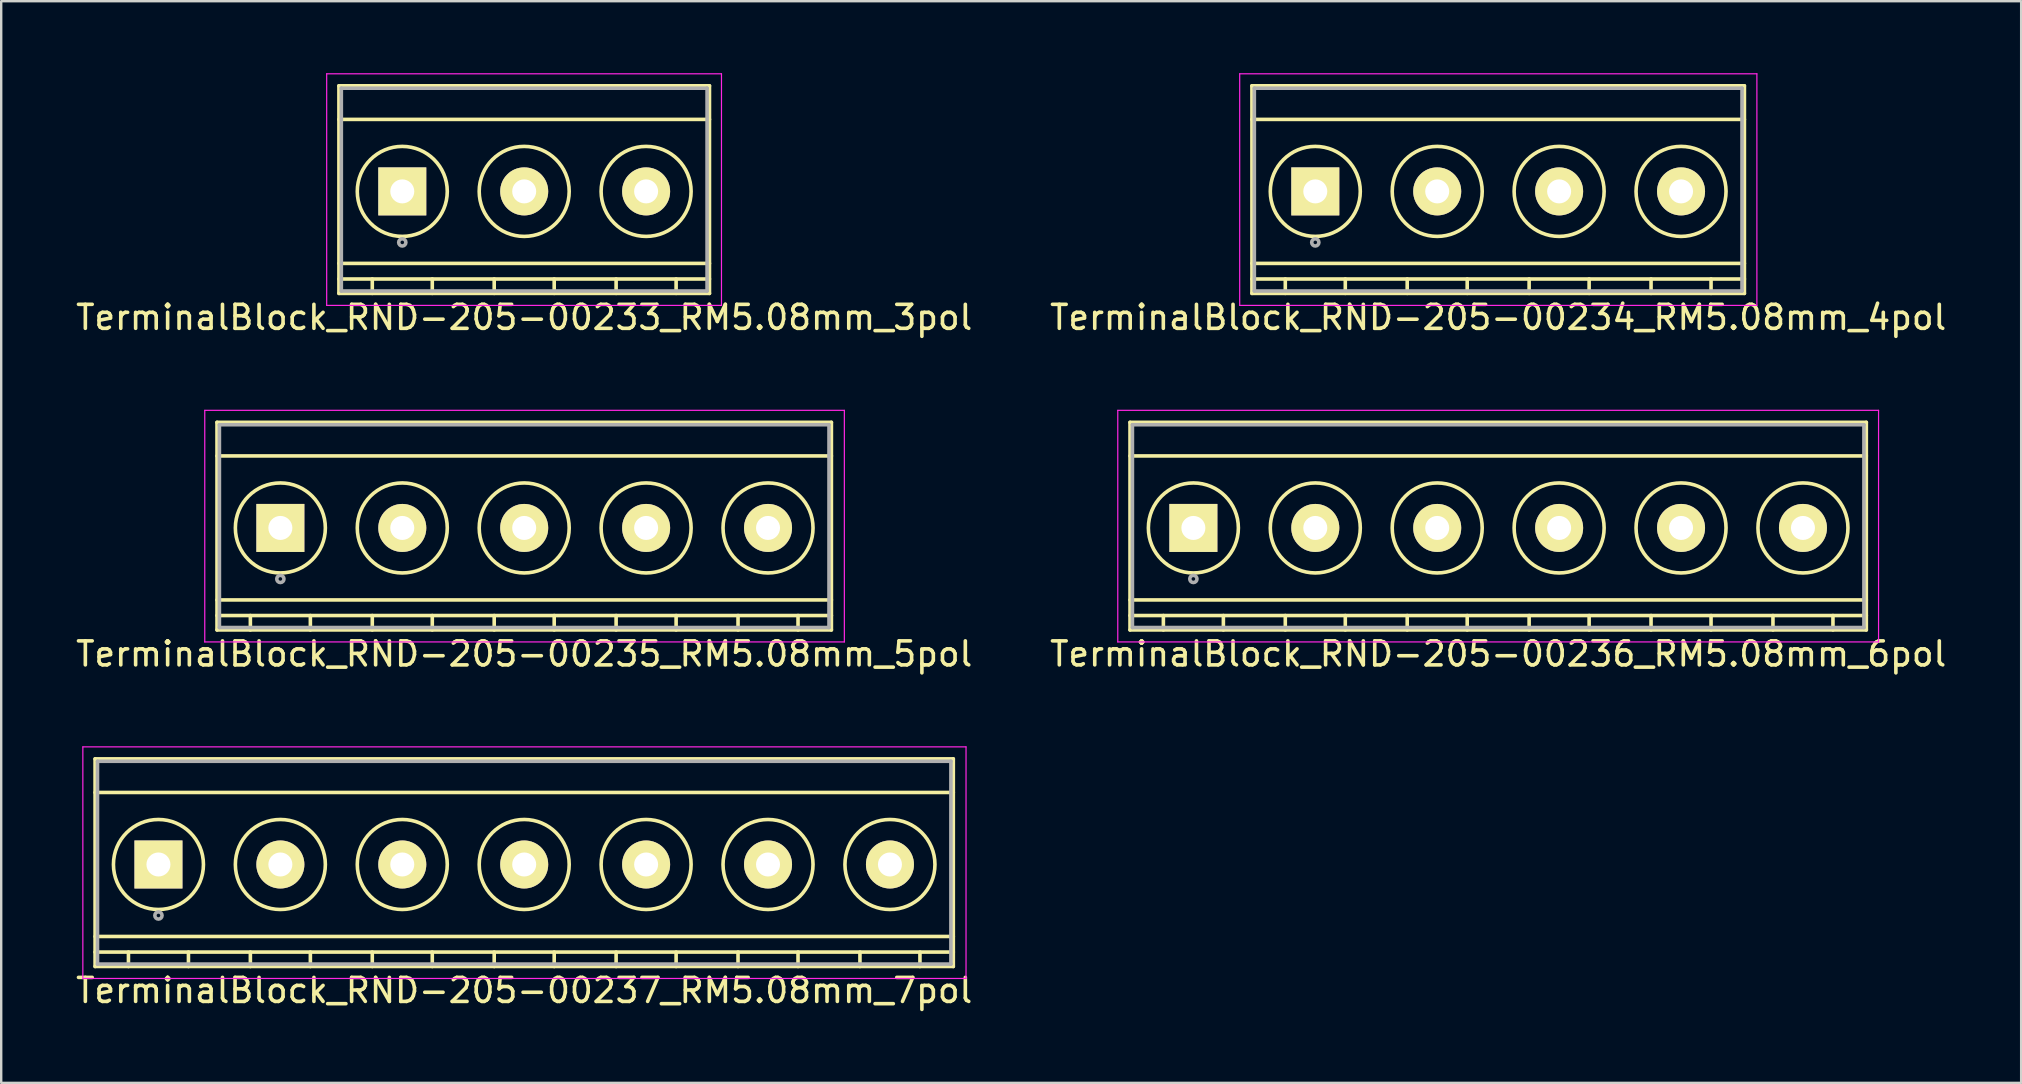
<source format=kicad_pcb>
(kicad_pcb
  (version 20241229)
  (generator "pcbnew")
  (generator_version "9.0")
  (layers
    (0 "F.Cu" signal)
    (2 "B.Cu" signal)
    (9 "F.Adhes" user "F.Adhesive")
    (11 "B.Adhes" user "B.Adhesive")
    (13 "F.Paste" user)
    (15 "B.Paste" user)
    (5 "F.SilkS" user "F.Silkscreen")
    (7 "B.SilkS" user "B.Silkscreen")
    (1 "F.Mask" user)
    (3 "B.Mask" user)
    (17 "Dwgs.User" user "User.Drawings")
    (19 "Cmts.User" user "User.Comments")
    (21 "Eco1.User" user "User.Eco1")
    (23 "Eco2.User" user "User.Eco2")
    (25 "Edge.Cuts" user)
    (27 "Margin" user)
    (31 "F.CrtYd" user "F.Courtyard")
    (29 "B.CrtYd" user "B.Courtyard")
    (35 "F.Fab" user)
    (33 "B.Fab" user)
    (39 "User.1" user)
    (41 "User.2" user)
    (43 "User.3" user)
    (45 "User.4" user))
  (footprint "TerminalBlock_RND-205-00234_RM5.08mm_4pol"
    (layer "F.Cu")
    (at 51.755 4.925)
    (property "Reference" "TerminalBlock_RND-205-00234_RM5.08mm_4pol" (at 7.62 5.25 0) (layer "F.SilkS") (effects (font (size 1 1) (thickness 0.15))))
    (attr through_hole)
    (fp_line (start -2.64 -4.4) (end 17.88 -4.4) (stroke (width 0.15) (type solid)) (layer "F.SilkS"))
    (fp_line (start -2.64 -3) (end 17.88 -3) (stroke (width 0.15) (type solid)) (layer "F.SilkS"))
    (fp_line (start -2.64 3) (end 17.88 3) (stroke (width 0.15) (type solid)) (layer "F.SilkS"))
    (fp_line (start -2.64 3.65) (end 17.88 3.65) (stroke (width 0.15) (type solid)) (layer "F.SilkS"))
    (fp_line (start -2.64 4.25) (end -2.64 -4.4) (stroke (width 0.15) (type solid)) (layer "F.SilkS"))
    (fp_line (start -1.25 3.65) (end -1.25 4.25) (stroke (width 0.15) (type solid)) (layer "F.SilkS"))
    (fp_line (start 1.25 3.65) (end 1.25 4.25) (stroke (width 0.15) (type solid)) (layer "F.SilkS"))
    (fp_line (start 3.83 3.65) (end 3.83 4.25) (stroke (width 0.15) (type solid)) (layer "F.SilkS"))
    (fp_line (start 6.33 3.65) (end 6.33 4.25) (stroke (width 0.15) (type solid)) (layer "F.SilkS"))
    (fp_line (start 8.91 3.65) (end 8.91 4.25) (stroke (width 0.15) (type solid)) (layer "F.SilkS"))
    (fp_line (start 11.41 3.65) (end 11.41 4.25) (stroke (width 0.15) (type solid)) (layer "F.SilkS"))
    (fp_line (start 13.99 3.65) (end 13.99 4.25) (stroke (width 0.15) (type solid)) (layer "F.SilkS"))
    (fp_line (start 16.49 3.65) (end 16.49 4.25) (stroke (width 0.15) (type solid)) (layer "F.SilkS"))
    (fp_line (start 17.88 -4.4) (end 17.88 4.25) (stroke (width 0.15) (type solid)) (layer "F.SilkS"))
    (fp_line (start 17.88 4.25) (end -2.64 4.25) (stroke (width 0.15) (type solid)) (layer "F.SilkS"))
    (fp_circle (center 0 0) (end -1.875 0) (stroke (width 0.15) (type solid)) (fill no) (layer "F.SilkS"))
    (fp_circle (center 5.08 0) (end 3.205 0) (stroke (width 0.15) (type solid)) (fill no) (layer "F.SilkS"))
    (fp_circle (center 10.16 0) (end 8.285 0) (stroke (width 0.15) (type solid)) (fill no) (layer "F.SilkS"))
    (fp_circle (center 15.24 0) (end 13.365 0) (stroke (width 0.15) (type solid)) (fill no) (layer "F.SilkS"))
    (fp_line (start -3.15 -4.9) (end 18.4 -4.9) (stroke (width 0.05) (type solid)) (layer "F.CrtYd"))
    (fp_line (start -3.15 4.75) (end -3.15 -4.9) (stroke (width 0.05) (type solid)) (layer "F.CrtYd"))
    (fp_line (start 18.4 -4.9) (end 18.4 4.75) (stroke (width 0.05) (type solid)) (layer "F.CrtYd"))
    (fp_line (start 18.4 4.75) (end -3.15 4.75) (stroke (width 0.05) (type solid)) (layer "F.CrtYd"))
    (fp_line (start -2.54 -4.3) (end 17.78 -4.3) (stroke (width 0.15) (type solid)) (layer "F.Fab"))
    (fp_line (start -2.54 4.15) (end -2.54 -4.3) (stroke (width 0.15) (type solid)) (layer "F.Fab"))
    (fp_line (start 17.78 -4.3) (end 17.78 4.15) (stroke (width 0.15) (type solid)) (layer "F.Fab"))
    (fp_line (start 17.78 4.15) (end -2.54 4.15) (stroke (width 0.15) (type solid)) (layer "F.Fab"))
    (fp_circle (center 0 2.125) (end -0.15 2.125) (stroke (width 0.15) (type solid)) (fill no) (layer "F.Fab"))
    (pad "1" thru_hole rect (at 0 0) (size 2 2) (drill 1) (layers "*.Cu" "*.Mask" "F.SilkS"))
    (pad "2" thru_hole circle (at 5.08 0) (size 2 2) (drill 1) (layers "*.Cu" "*.Mask" "F.SilkS"))
    (pad "3" thru_hole circle (at 10.16 0) (size 2 2) (drill 1) (layers "*.Cu" "*.Mask" "F.SilkS"))
    (pad "4" thru_hole circle (at 15.24 0) (size 2 2) (drill 1) (layers "*.Cu" "*.Mask" "F.SilkS")))
  (footprint "TerminalBlock_RND-205-00233_RM5.08mm_3pol"
    (layer "F.Cu")
    (at 13.712 4.925)
    (property "Reference" "TerminalBlock_RND-205-00233_RM5.08mm_3pol" (at 5.08 5.25 0) (layer "F.SilkS") (effects (font (size 1 1) (thickness 0.15))))
    (attr through_hole)
    (fp_line (start -2.64 -4.4) (end 12.8 -4.4) (stroke (width 0.15) (type solid)) (layer "F.SilkS"))
    (fp_line (start -2.64 -3) (end 12.8 -3) (stroke (width 0.15) (type solid)) (layer "F.SilkS"))
    (fp_line (start -2.64 3) (end 12.8 3) (stroke (width 0.15) (type solid)) (layer "F.SilkS"))
    (fp_line (start -2.64 3.65) (end 12.8 3.65) (stroke (width 0.15) (type solid)) (layer "F.SilkS"))
    (fp_line (start -2.64 4.25) (end -2.64 -4.4) (stroke (width 0.15) (type solid)) (layer "F.SilkS"))
    (fp_line (start -1.25 3.65) (end -1.25 4.25) (stroke (width 0.15) (type solid)) (layer "F.SilkS"))
    (fp_line (start 1.25 3.65) (end 1.25 4.25) (stroke (width 0.15) (type solid)) (layer "F.SilkS"))
    (fp_line (start 3.83 3.65) (end 3.83 4.25) (stroke (width 0.15) (type solid)) (layer "F.SilkS"))
    (fp_line (start 6.33 3.65) (end 6.33 4.25) (stroke (width 0.15) (type solid)) (layer "F.SilkS"))
    (fp_line (start 8.91 3.65) (end 8.91 4.25) (stroke (width 0.15) (type solid)) (layer "F.SilkS"))
    (fp_line (start 11.41 3.65) (end 11.41 4.25) (stroke (width 0.15) (type solid)) (layer "F.SilkS"))
    (fp_line (start 12.8 -4.4) (end 12.8 4.25) (stroke (width 0.15) (type solid)) (layer "F.SilkS"))
    (fp_line (start 12.8 4.25) (end -2.64 4.25) (stroke (width 0.15) (type solid)) (layer "F.SilkS"))
    (fp_circle (center 0 0) (end -1.875 0) (stroke (width 0.15) (type solid)) (fill no) (layer "F.SilkS"))
    (fp_circle (center 5.08 0) (end 3.205 0) (stroke (width 0.15) (type solid)) (fill no) (layer "F.SilkS"))
    (fp_circle (center 10.16 0) (end 8.285 0) (stroke (width 0.15) (type solid)) (fill no) (layer "F.SilkS"))
    (fp_line (start -3.15 -4.9) (end 13.3 -4.9) (stroke (width 0.05) (type solid)) (layer "F.CrtYd"))
    (fp_line (start -3.15 4.75) (end -3.15 -4.9) (stroke (width 0.05) (type solid)) (layer "F.CrtYd"))
    (fp_line (start 13.3 -4.9) (end 13.3 4.75) (stroke (width 0.05) (type solid)) (layer "F.CrtYd"))
    (fp_line (start 13.3 4.75) (end -3.15 4.75) (stroke (width 0.05) (type solid)) (layer "F.CrtYd"))
    (fp_line (start -2.54 -4.3) (end 12.7 -4.3) (stroke (width 0.15) (type solid)) (layer "F.Fab"))
    (fp_line (start -2.54 4.15) (end -2.54 -4.3) (stroke (width 0.15) (type solid)) (layer "F.Fab"))
    (fp_line (start 12.7 -4.3) (end 12.7 4.15) (stroke (width 0.15) (type solid)) (layer "F.Fab"))
    (fp_line (start 12.7 4.15) (end -2.54 4.15) (stroke (width 0.15) (type solid)) (layer "F.Fab"))
    (fp_circle (center 0 2.125) (end -0.15 2.125) (stroke (width 0.15) (type solid)) (fill no) (layer "F.Fab"))
    (pad "1" thru_hole rect (at 0 0) (size 2 2) (drill 1) (layers "*.Cu" "*.Mask" "F.SilkS"))
    (pad "2" thru_hole circle (at 5.08 0) (size 2 2) (drill 1) (layers "*.Cu" "*.Mask" "F.SilkS"))
    (pad "3" thru_hole circle (at 10.16 0) (size 2 2) (drill 1) (layers "*.Cu" "*.Mask" "F.SilkS")))
  (footprint "TerminalBlock_RND-205-00237_RM5.08mm_7pol"
    (layer "F.Cu")
    (at 3.552 32.971)
    (property "Reference" "TerminalBlock_RND-205-00237_RM5.08mm_7pol" (at 15.24 5.25 0) (layer "F.SilkS") (effects (font (size 1 1) (thickness 0.15))))
    (attr through_hole)
    (fp_line (start -2.64 -4.4) (end 33.12 -4.4) (stroke (width 0.15) (type solid)) (layer "F.SilkS"))
    (fp_line (start -2.64 -3) (end 33.12 -3) (stroke (width 0.15) (type solid)) (layer "F.SilkS"))
    (fp_line (start -2.64 3) (end 33.12 3) (stroke (width 0.15) (type solid)) (layer "F.SilkS"))
    (fp_line (start -2.64 3.65) (end 33.12 3.65) (stroke (width 0.15) (type solid)) (layer "F.SilkS"))
    (fp_line (start -2.64 4.25) (end -2.64 -4.4) (stroke (width 0.15) (type solid)) (layer "F.SilkS"))
    (fp_line (start -1.25 3.65) (end -1.25 4.25) (stroke (width 0.15) (type solid)) (layer "F.SilkS"))
    (fp_line (start 1.25 3.65) (end 1.25 4.25) (stroke (width 0.15) (type solid)) (layer "F.SilkS"))
    (fp_line (start 3.83 3.65) (end 3.83 4.25) (stroke (width 0.15) (type solid)) (layer "F.SilkS"))
    (fp_line (start 6.33 3.65) (end 6.33 4.25) (stroke (width 0.15) (type solid)) (layer "F.SilkS"))
    (fp_line (start 8.91 3.65) (end 8.91 4.25) (stroke (width 0.15) (type solid)) (layer "F.SilkS"))
    (fp_line (start 11.41 3.65) (end 11.41 4.25) (stroke (width 0.15) (type solid)) (layer "F.SilkS"))
    (fp_line (start 13.99 3.65) (end 13.99 4.25) (stroke (width 0.15) (type solid)) (layer "F.SilkS"))
    (fp_line (start 16.49 3.65) (end 16.49 4.25) (stroke (width 0.15) (type solid)) (layer "F.SilkS"))
    (fp_line (start 19.07 3.65) (end 19.07 4.25) (stroke (width 0.15) (type solid)) (layer "F.SilkS"))
    (fp_line (start 21.57 3.65) (end 21.57 4.25) (stroke (width 0.15) (type solid)) (layer "F.SilkS"))
    (fp_line (start 24.15 3.65) (end 24.15 4.25) (stroke (width 0.15) (type solid)) (layer "F.SilkS"))
    (fp_line (start 26.65 3.65) (end 26.65 4.25) (stroke (width 0.15) (type solid)) (layer "F.SilkS"))
    (fp_line (start 29.23 3.65) (end 29.23 4.25) (stroke (width 0.15) (type solid)) (layer "F.SilkS"))
    (fp_line (start 31.73 3.65) (end 31.73 4.25) (stroke (width 0.15) (type solid)) (layer "F.SilkS"))
    (fp_line (start 33.12 -4.4) (end 33.12 4.25) (stroke (width 0.15) (type solid)) (layer "F.SilkS"))
    (fp_line (start 33.12 4.25) (end -2.64 4.25) (stroke (width 0.15) (type solid)) (layer "F.SilkS"))
    (fp_circle (center 0 0) (end -1.875 0) (stroke (width 0.15) (type solid)) (fill no) (layer "F.SilkS"))
    (fp_circle (center 5.08 0) (end 3.205 0) (stroke (width 0.15) (type solid)) (fill no) (layer "F.SilkS"))
    (fp_circle (center 10.16 0) (end 8.285 0) (stroke (width 0.15) (type solid)) (fill no) (layer "F.SilkS"))
    (fp_circle (center 15.24 0) (end 13.365 0) (stroke (width 0.15) (type solid)) (fill no) (layer "F.SilkS"))
    (fp_circle (center 20.32 0) (end 18.445 0) (stroke (width 0.15) (type solid)) (fill no) (layer "F.SilkS"))
    (fp_circle (center 25.4 0) (end 23.525 0) (stroke (width 0.15) (type solid)) (fill no) (layer "F.SilkS"))
    (fp_circle (center 30.48 0) (end 28.605 0) (stroke (width 0.15) (type solid)) (fill no) (layer "F.SilkS"))
    (fp_line (start -3.15 -4.9) (end 33.65 -4.9) (stroke (width 0.05) (type solid)) (layer "F.CrtYd"))
    (fp_line (start -3.15 4.75) (end -3.15 -4.9) (stroke (width 0.05) (type solid)) (layer "F.CrtYd"))
    (fp_line (start 33.65 -4.9) (end 33.65 4.75) (stroke (width 0.05) (type solid)) (layer "F.CrtYd"))
    (fp_line (start 33.65 4.75) (end -3.15 4.75) (stroke (width 0.05) (type solid)) (layer "F.CrtYd"))
    (fp_line (start -2.54 -4.3) (end 33.02 -4.3) (stroke (width 0.15) (type solid)) (layer "F.Fab"))
    (fp_line (start -2.54 4.15) (end -2.54 -4.3) (stroke (width 0.15) (type solid)) (layer "F.Fab"))
    (fp_line (start 33.02 -4.3) (end 33.02 4.15) (stroke (width 0.15) (type solid)) (layer "F.Fab"))
    (fp_line (start 33.02 4.15) (end -2.54 4.15) (stroke (width 0.15) (type solid)) (layer "F.Fab"))
    (fp_circle (center 0 2.125) (end -0.15 2.125) (stroke (width 0.15) (type solid)) (fill no) (layer "F.Fab"))
    (pad "1" thru_hole rect (at 0 0) (size 2 2) (drill 1) (layers "*.Cu" "*.Mask" "F.SilkS"))
    (pad "2" thru_hole circle (at 5.08 0) (size 2 2) (drill 1) (layers "*.Cu" "*.Mask" "F.SilkS"))
    (pad "3" thru_hole circle (at 10.16 0) (size 2 2) (drill 1) (layers "*.Cu" "*.Mask" "F.SilkS"))
    (pad "4" thru_hole circle (at 15.24 0) (size 2 2) (drill 1) (layers "*.Cu" "*.Mask" "F.SilkS"))
    (pad "5" thru_hole circle (at 20.32 0) (size 2 2) (drill 1) (layers "*.Cu" "*.Mask" "F.SilkS"))
    (pad "6" thru_hole circle (at 25.4 0) (size 2 2) (drill 1) (layers "*.Cu" "*.Mask" "F.SilkS"))
    (pad "7" thru_hole circle (at 30.48 0) (size 2 2) (drill 1) (layers "*.Cu" "*.Mask" "F.SilkS")))
  (footprint "TerminalBlock_RND-205-00235_RM5.08mm_5pol"
    (layer "F.Cu")
    (at 8.632 18.948)
    (property "Reference" "TerminalBlock_RND-205-00235_RM5.08mm_5pol" (at 10.16 5.25 0) (layer "F.SilkS") (effects (font (size 1 1) (thickness 0.15))))
    (attr through_hole)
    (fp_line (start -2.64 -4.4) (end 22.96 -4.4) (stroke (width 0.15) (type solid)) (layer "F.SilkS"))
    (fp_line (start -2.64 -3) (end 22.96 -3) (stroke (width 0.15) (type solid)) (layer "F.SilkS"))
    (fp_line (start -2.64 3) (end 22.96 3) (stroke (width 0.15) (type solid)) (layer "F.SilkS"))
    (fp_line (start -2.64 3.65) (end 22.96 3.65) (stroke (width 0.15) (type solid)) (layer "F.SilkS"))
    (fp_line (start -2.64 4.25) (end -2.64 -4.4) (stroke (width 0.15) (type solid)) (layer "F.SilkS"))
    (fp_line (start -1.25 3.65) (end -1.25 4.25) (stroke (width 0.15) (type solid)) (layer "F.SilkS"))
    (fp_line (start 1.25 3.65) (end 1.25 4.25) (stroke (width 0.15) (type solid)) (layer "F.SilkS"))
    (fp_line (start 3.83 3.65) (end 3.83 4.25) (stroke (width 0.15) (type solid)) (layer "F.SilkS"))
    (fp_line (start 6.33 3.65) (end 6.33 4.25) (stroke (width 0.15) (type solid)) (layer "F.SilkS"))
    (fp_line (start 8.91 3.65) (end 8.91 4.25) (stroke (width 0.15) (type solid)) (layer "F.SilkS"))
    (fp_line (start 11.41 3.65) (end 11.41 4.25) (stroke (width 0.15) (type solid)) (layer "F.SilkS"))
    (fp_line (start 13.99 3.65) (end 13.99 4.25) (stroke (width 0.15) (type solid)) (layer "F.SilkS"))
    (fp_line (start 16.49 3.65) (end 16.49 4.25) (stroke (width 0.15) (type solid)) (layer "F.SilkS"))
    (fp_line (start 19.07 3.65) (end 19.07 4.25) (stroke (width 0.15) (type solid)) (layer "F.SilkS"))
    (fp_line (start 21.57 3.65) (end 21.57 4.25) (stroke (width 0.15) (type solid)) (layer "F.SilkS"))
    (fp_line (start 22.96 -4.4) (end 22.96 4.25) (stroke (width 0.15) (type solid)) (layer "F.SilkS"))
    (fp_line (start 22.96 4.25) (end -2.64 4.25) (stroke (width 0.15) (type solid)) (layer "F.SilkS"))
    (fp_circle (center 0 0) (end -1.875 0) (stroke (width 0.15) (type solid)) (fill no) (layer "F.SilkS"))
    (fp_circle (center 5.08 0) (end 3.205 0) (stroke (width 0.15) (type solid)) (fill no) (layer "F.SilkS"))
    (fp_circle (center 10.16 0) (end 8.285 0) (stroke (width 0.15) (type solid)) (fill no) (layer "F.SilkS"))
    (fp_circle (center 15.24 0) (end 13.365 0) (stroke (width 0.15) (type solid)) (fill no) (layer "F.SilkS"))
    (fp_circle (center 20.32 0) (end 18.445 0) (stroke (width 0.15) (type solid)) (fill no) (layer "F.SilkS"))
    (fp_line (start -3.15 -4.9) (end 23.5 -4.9) (stroke (width 0.05) (type solid)) (layer "F.CrtYd"))
    (fp_line (start -3.15 4.75) (end -3.15 -4.9) (stroke (width 0.05) (type solid)) (layer "F.CrtYd"))
    (fp_line (start 23.5 -4.9) (end 23.5 4.75) (stroke (width 0.05) (type solid)) (layer "F.CrtYd"))
    (fp_line (start 23.5 4.75) (end -3.15 4.75) (stroke (width 0.05) (type solid)) (layer "F.CrtYd"))
    (fp_line (start -2.54 -4.3) (end 22.86 -4.3) (stroke (width 0.15) (type solid)) (layer "F.Fab"))
    (fp_line (start -2.54 4.15) (end -2.54 -4.3) (stroke (width 0.15) (type solid)) (layer "F.Fab"))
    (fp_line (start 22.86 -4.3) (end 22.86 4.15) (stroke (width 0.15) (type solid)) (layer "F.Fab"))
    (fp_line (start 22.86 4.15) (end -2.54 4.15) (stroke (width 0.15) (type solid)) (layer "F.Fab"))
    (fp_circle (center 0 2.125) (end -0.15 2.125) (stroke (width 0.15) (type solid)) (fill no) (layer "F.Fab"))
    (pad "1" thru_hole rect (at 0 0) (size 2 2) (drill 1) (layers "*.Cu" "*.Mask" "F.SilkS"))
    (pad "2" thru_hole circle (at 5.08 0) (size 2 2) (drill 1) (layers "*.Cu" "*.Mask" "F.SilkS"))
    (pad "3" thru_hole circle (at 10.16 0) (size 2 2) (drill 1) (layers "*.Cu" "*.Mask" "F.SilkS"))
    (pad "4" thru_hole circle (at 15.24 0) (size 2 2) (drill 1) (layers "*.Cu" "*.Mask" "F.SilkS"))
    (pad "5" thru_hole circle (at 20.32 0) (size 2 2) (drill 1) (layers "*.Cu" "*.Mask" "F.SilkS")))
  (footprint "TerminalBlock_RND-205-00236_RM5.08mm_6pol"
    (layer "F.Cu")
    (at 46.675 18.948)
    (property "Reference" "TerminalBlock_RND-205-00236_RM5.08mm_6pol" (at 12.7 5.25 0) (layer "F.SilkS") (effects (font (size 1 1) (thickness 0.15))))
    (attr through_hole)
    (fp_line (start -2.64 -4.4) (end 28.04 -4.4) (stroke (width 0.15) (type solid)) (layer "F.SilkS"))
    (fp_line (start -2.64 -3) (end 28.04 -3) (stroke (width 0.15) (type solid)) (layer "F.SilkS"))
    (fp_line (start -2.64 3) (end 28.04 3) (stroke (width 0.15) (type solid)) (layer "F.SilkS"))
    (fp_line (start -2.64 3.65) (end 28.04 3.65) (stroke (width 0.15) (type solid)) (layer "F.SilkS"))
    (fp_line (start -2.64 4.25) (end -2.64 -4.4) (stroke (width 0.15) (type solid)) (layer "F.SilkS"))
    (fp_line (start -1.25 3.65) (end -1.25 4.25) (stroke (width 0.15) (type solid)) (layer "F.SilkS"))
    (fp_line (start 1.25 3.65) (end 1.25 4.25) (stroke (width 0.15) (type solid)) (layer "F.SilkS"))
    (fp_line (start 3.83 3.65) (end 3.83 4.25) (stroke (width 0.15) (type solid)) (layer "F.SilkS"))
    (fp_line (start 6.33 3.65) (end 6.33 4.25) (stroke (width 0.15) (type solid)) (layer "F.SilkS"))
    (fp_line (start 8.91 3.65) (end 8.91 4.25) (stroke (width 0.15) (type solid)) (layer "F.SilkS"))
    (fp_line (start 11.41 3.65) (end 11.41 4.25) (stroke (width 0.15) (type solid)) (layer "F.SilkS"))
    (fp_line (start 13.99 3.65) (end 13.99 4.25) (stroke (width 0.15) (type solid)) (layer "F.SilkS"))
    (fp_line (start 16.49 3.65) (end 16.49 4.25) (stroke (width 0.15) (type solid)) (layer "F.SilkS"))
    (fp_line (start 19.07 3.65) (end 19.07 4.25) (stroke (width 0.15) (type solid)) (layer "F.SilkS"))
    (fp_line (start 21.57 3.65) (end 21.57 4.25) (stroke (width 0.15) (type solid)) (layer "F.SilkS"))
    (fp_line (start 24.15 3.65) (end 24.15 4.25) (stroke (width 0.15) (type solid)) (layer "F.SilkS"))
    (fp_line (start 26.65 3.65) (end 26.65 4.25) (stroke (width 0.15) (type solid)) (layer "F.SilkS"))
    (fp_line (start 28.04 -4.4) (end 28.04 4.25) (stroke (width 0.15) (type solid)) (layer "F.SilkS"))
    (fp_line (start 28.04 4.25) (end -2.64 4.25) (stroke (width 0.15) (type solid)) (layer "F.SilkS"))
    (fp_circle (center 0 0) (end -1.875 0) (stroke (width 0.15) (type solid)) (fill no) (layer "F.SilkS"))
    (fp_circle (center 5.08 0) (end 3.205 0) (stroke (width 0.15) (type solid)) (fill no) (layer "F.SilkS"))
    (fp_circle (center 10.16 0) (end 8.285 0) (stroke (width 0.15) (type solid)) (fill no) (layer "F.SilkS"))
    (fp_circle (center 15.24 0) (end 13.365 0) (stroke (width 0.15) (type solid)) (fill no) (layer "F.SilkS"))
    (fp_circle (center 20.32 0) (end 18.445 0) (stroke (width 0.15) (type solid)) (fill no) (layer "F.SilkS"))
    (fp_circle (center 25.4 0) (end 23.525 0) (stroke (width 0.15) (type solid)) (fill no) (layer "F.SilkS"))
    (fp_line (start -3.15 -4.9) (end 28.55 -4.9) (stroke (width 0.05) (type solid)) (layer "F.CrtYd"))
    (fp_line (start -3.15 4.75) (end -3.15 -4.9) (stroke (width 0.05) (type solid)) (layer "F.CrtYd"))
    (fp_line (start 28.55 -4.9) (end 28.55 4.75) (stroke (width 0.05) (type solid)) (layer "F.CrtYd"))
    (fp_line (start 28.55 4.75) (end -3.15 4.75) (stroke (width 0.05) (type solid)) (layer "F.CrtYd"))
    (fp_line (start -2.54 -4.3) (end 27.94 -4.3) (stroke (width 0.15) (type solid)) (layer "F.Fab"))
    (fp_line (start -2.54 4.15) (end -2.54 -4.3) (stroke (width 0.15) (type solid)) (layer "F.Fab"))
    (fp_line (start 27.94 -4.3) (end 27.94 4.15) (stroke (width 0.15) (type solid)) (layer "F.Fab"))
    (fp_line (start 27.94 4.15) (end -2.54 4.15) (stroke (width 0.15) (type solid)) (layer "F.Fab"))
    (fp_circle (center 0 2.125) (end -0.15 2.125) (stroke (width 0.15) (type solid)) (fill no) (layer "F.Fab"))
    (pad "1" thru_hole rect (at 0 0) (size 2 2) (drill 1) (layers "*.Cu" "*.Mask" "F.SilkS"))
    (pad "2" thru_hole circle (at 5.08 0) (size 2 2) (drill 1) (layers "*.Cu" "*.Mask" "F.SilkS"))
    (pad "3" thru_hole circle (at 10.16 0) (size 2 2) (drill 1) (layers "*.Cu" "*.Mask" "F.SilkS"))
    (pad "4" thru_hole circle (at 15.24 0) (size 2 2) (drill 1) (layers "*.Cu" "*.Mask" "F.SilkS"))
    (pad "5" thru_hole circle (at 20.32 0) (size 2 2) (drill 1) (layers "*.Cu" "*.Mask" "F.SilkS"))
    (pad "6" thru_hole circle (at 25.4 0) (size 2 2) (drill 1) (layers "*.Cu" "*.Mask" "F.SilkS")))
  (gr_rect
    (start -3 -3)
    (end 81.167 42.07)
    (stroke (width 0.1) (type default))
    (fill no)
    (layer "Edge.Cuts")))
</source>
